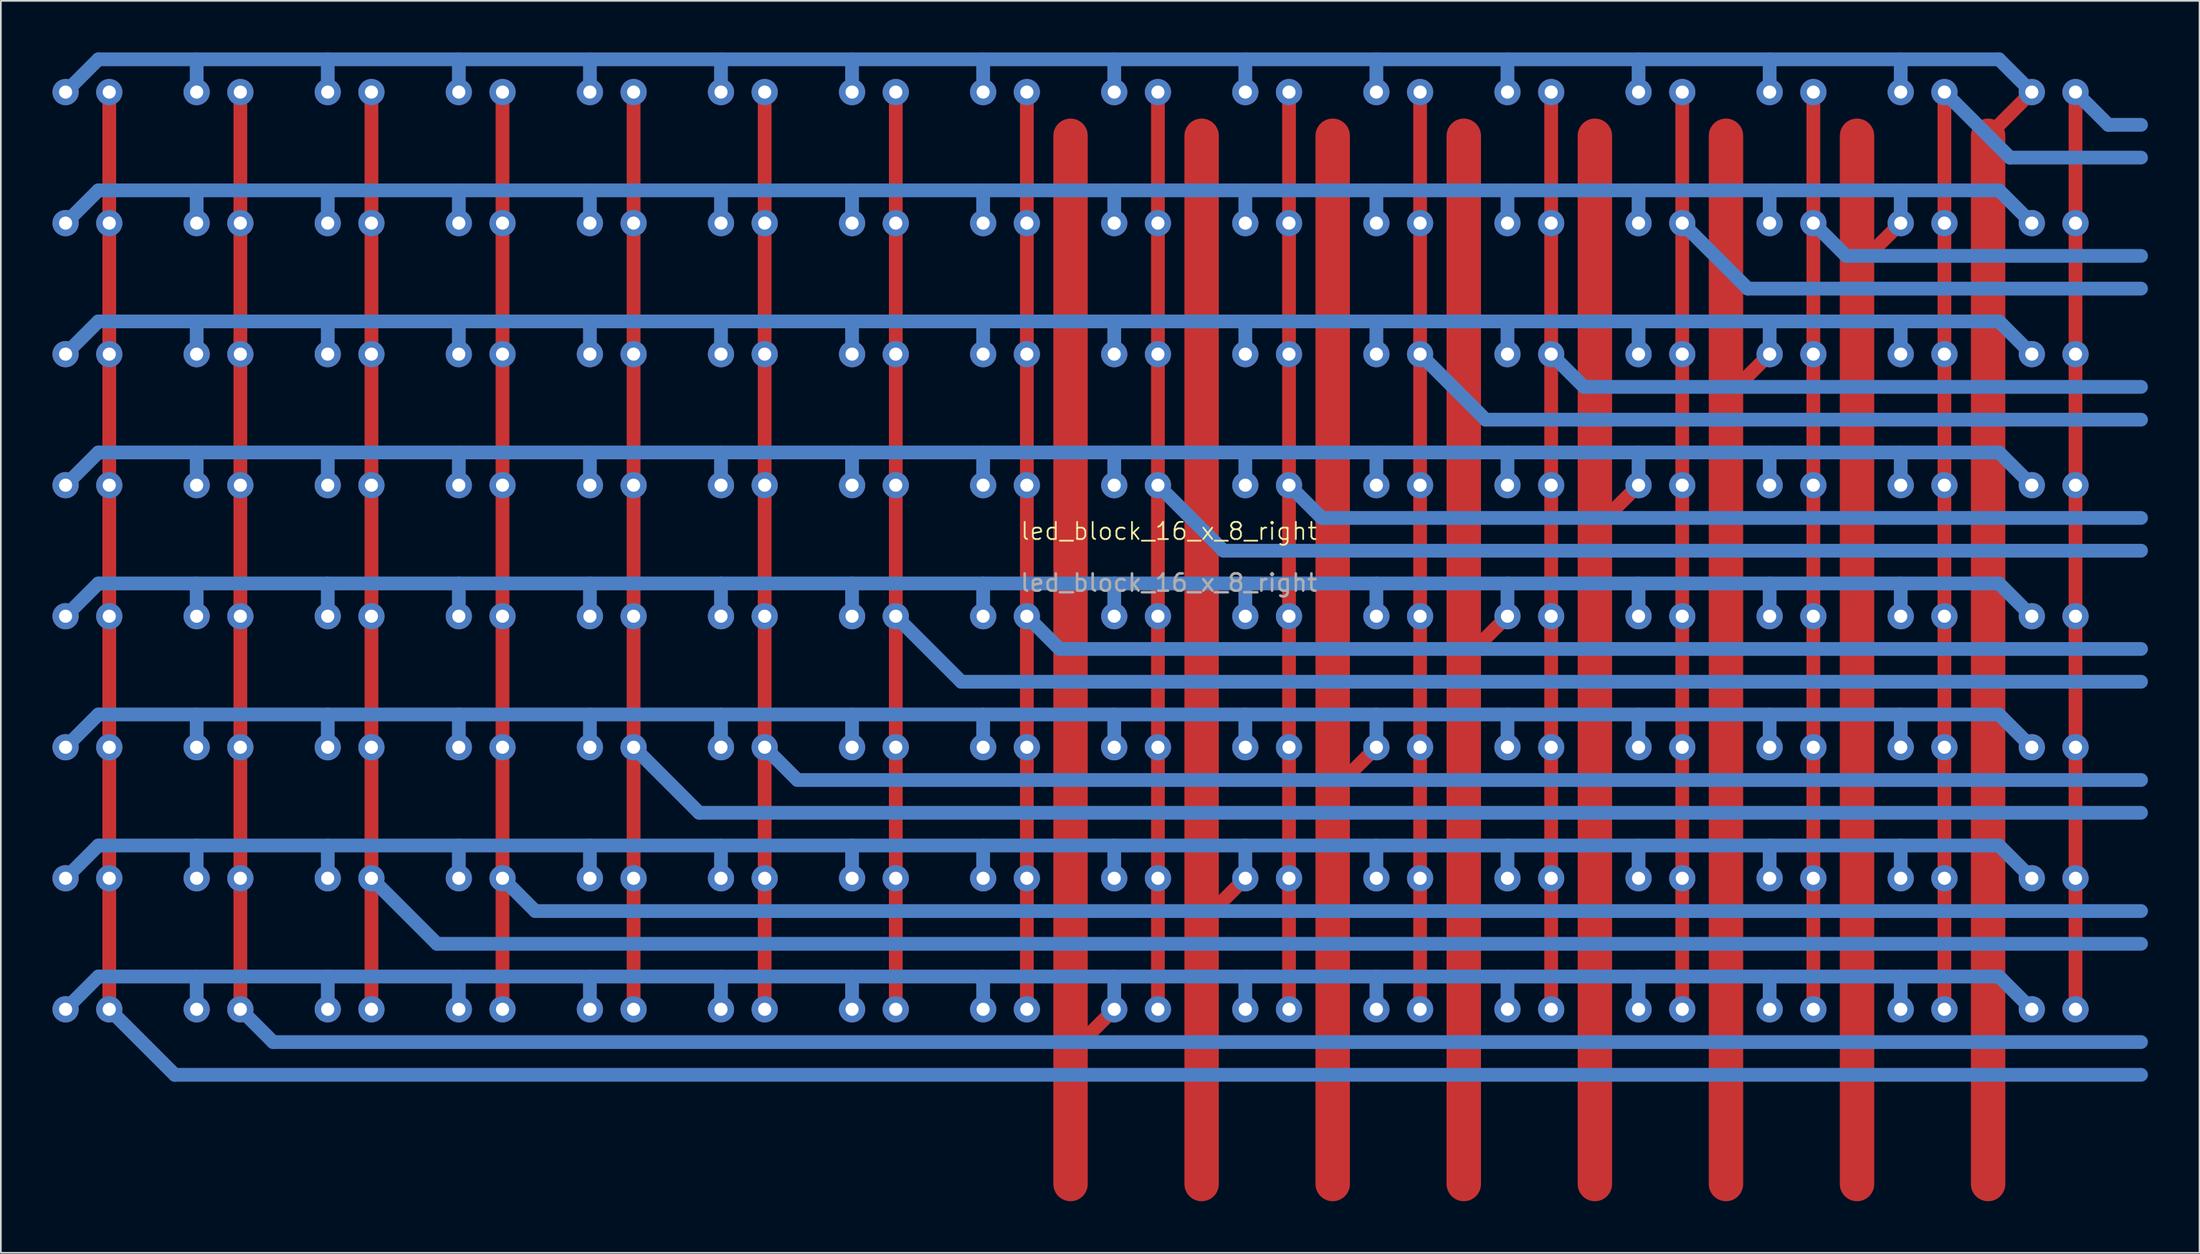
<source format=kicad_pcb>
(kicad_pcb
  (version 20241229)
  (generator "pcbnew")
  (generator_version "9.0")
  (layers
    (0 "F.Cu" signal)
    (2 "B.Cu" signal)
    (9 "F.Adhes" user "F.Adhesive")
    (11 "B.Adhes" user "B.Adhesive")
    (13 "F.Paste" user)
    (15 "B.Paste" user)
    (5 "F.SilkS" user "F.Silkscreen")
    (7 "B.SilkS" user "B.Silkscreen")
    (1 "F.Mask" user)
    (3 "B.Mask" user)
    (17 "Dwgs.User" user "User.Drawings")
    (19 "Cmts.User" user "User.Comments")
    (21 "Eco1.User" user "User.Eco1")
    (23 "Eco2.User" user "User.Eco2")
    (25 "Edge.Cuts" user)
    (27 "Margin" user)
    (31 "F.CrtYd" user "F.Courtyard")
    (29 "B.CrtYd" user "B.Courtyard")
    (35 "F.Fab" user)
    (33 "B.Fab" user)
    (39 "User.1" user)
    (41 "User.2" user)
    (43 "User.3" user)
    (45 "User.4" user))
  (footprint "led_block_16_x_8_right"
    (layer "F.Cu")
    (at 64.897 28.34)
    (property "Reference" "led_block_16_x_8_right" (at 0 -0.5 0) (unlocked yes) (layer "F.SilkS") (effects (font (size 1 1) (thickness 0.1))))
    (attr through_hole)
    (fp_line (start -61.595 -26.035) (end -61.595 27.305) (stroke (width 0.8) (type default)) (layer "F.Cu"))
    (fp_line (start -53.975 -26.035) (end -53.975 27.305) (stroke (width 0.8) (type default)) (layer "F.Cu"))
    (fp_line (start -46.355 -26.035) (end -46.355 27.305) (stroke (width 0.8) (type default)) (layer "F.Cu"))
    (fp_line (start -38.735 -26.035) (end -38.735 27.305) (stroke (width 0.8) (type default)) (layer "F.Cu"))
    (fp_line (start -31.115 -26.035) (end -31.115 27.305) (stroke (width 0.8) (type default)) (layer "F.Cu"))
    (fp_line (start -23.495 -26.035) (end -23.495 27.305) (stroke (width 0.8) (type default)) (layer "F.Cu"))
    (fp_line (start -15.875 -26.035) (end -15.875 27.305) (stroke (width 0.8) (type default)) (layer "F.Cu"))
    (fp_line (start -8.255 -26.035) (end -8.255 27.305) (stroke (width 0.8) (type default)) (layer "F.Cu"))
    (fp_line (start -5.715 -23.495) (end -5.715 37.465) (stroke (width 2) (type default)) (layer "F.Cu"))
    (fp_line (start -3.175 27.305) (end -5.715 29.845) (stroke (width 0.8) (type default)) (layer "F.Cu"))
    (fp_line (start -0.635 -26.035) (end -0.635 27.305) (stroke (width 0.8) (type default)) (layer "F.Cu"))
    (fp_line (start 1.905 -23.495) (end 1.905 37.465) (stroke (width 2) (type default)) (layer "F.Cu"))
    (fp_line (start 4.445 19.685) (end 1.905 22.225) (stroke (width 0.8) (type default)) (layer "F.Cu"))
    (fp_line (start 6.985 -26.035) (end 6.985 27.305) (stroke (width 0.8) (type default)) (layer "F.Cu"))
    (fp_line (start 9.525 -23.495) (end 9.525 37.465) (stroke (width 2) (type default)) (layer "F.Cu"))
    (fp_line (start 12.065 12.065) (end 9.525 14.605) (stroke (width 0.8) (type default)) (layer "F.Cu"))
    (fp_line (start 14.605 -26.035) (end 14.605 27.305) (stroke (width 0.8) (type default)) (layer "F.Cu"))
    (fp_line (start 17.145 -23.495) (end 17.145 37.465) (stroke (width 2) (type default)) (layer "F.Cu"))
    (fp_line (start 19.685 4.445) (end 17.145 6.985) (stroke (width 0.8) (type default)) (layer "F.Cu"))
    (fp_line (start 22.225 -26.035) (end 22.225 27.305) (stroke (width 0.8) (type default)) (layer "F.Cu"))
    (fp_line (start 24.765 -23.495) (end 24.765 37.465) (stroke (width 2) (type default)) (layer "F.Cu"))
    (fp_line (start 27.305 -3.175) (end 24.765 -0.635) (stroke (width 0.8) (type default)) (layer "F.Cu"))
    (fp_line (start 29.845 -26.035) (end 29.845 27.305) (stroke (width 0.8) (type default)) (layer "F.Cu"))
    (fp_line (start 32.385 -23.495) (end 32.385 37.465) (stroke (width 2) (type default)) (layer "F.Cu"))
    (fp_line (start 34.925 -10.795) (end 32.385 -8.255) (stroke (width 0.8) (type default)) (layer "F.Cu"))
    (fp_line (start 37.465 -26.035) (end 37.465 27.305) (stroke (width 0.8) (type default)) (layer "F.Cu"))
    (fp_line (start 40.005 -23.495) (end 40.005 37.465) (stroke (width 2) (type default)) (layer "F.Cu"))
    (fp_line (start 42.545 -18.415) (end 40.005 -15.875) (stroke (width 0.8) (type default)) (layer "F.Cu"))
    (fp_line (start 45.085 -26.035) (end 45.085 27.305) (stroke (width 0.8) (type default)) (layer "F.Cu"))
    (fp_line (start 47.625 -23.495) (end 47.625 37.465) (stroke (width 2) (type default)) (layer "F.Cu"))
    (fp_line (start 50.165 -26.035) (end 47.625 -23.495) (stroke (width 0.8) (type default)) (layer "F.Cu"))
    (fp_line (start 52.705 -26.035) (end 52.705 27.305) (stroke (width 0.8) (type default)) (layer "F.Cu"))
    (fp_line (start -62.23 -27.94) (end -64.135 -26.035) (stroke (width 0.8) (type default)) (layer "B.Cu"))
    (fp_line (start -62.23 -20.32) (end -64.135 -18.415) (stroke (width 0.8) (type default)) (layer "B.Cu"))
    (fp_line (start -62.23 -12.7) (end -64.135 -10.795) (stroke (width 0.8) (type default)) (layer "B.Cu"))
    (fp_line (start -62.23 -5.08) (end -64.135 -3.175) (stroke (width 0.8) (type default)) (layer "B.Cu"))
    (fp_line (start -62.23 2.54) (end -64.135 4.445) (stroke (width 0.8) (type default)) (layer "B.Cu"))
    (fp_line (start -62.23 10.16) (end -64.135 12.065) (stroke (width 0.8) (type default)) (layer "B.Cu"))
    (fp_line (start -62.23 17.78) (end -64.135 19.685) (stroke (width 0.8) (type default)) (layer "B.Cu"))
    (fp_line (start -62.23 25.4) (end -64.135 27.305) (stroke (width 0.8) (type default)) (layer "B.Cu"))
    (fp_line (start -61.595 27.305) (end -57.785 31.115) (stroke (width 0.8) (type default)) (layer "B.Cu"))
    (fp_line (start -57.785 31.115) (end 56.515 31.115) (stroke (width 0.8) (type default)) (layer "B.Cu"))
    (fp_line (start -56.515 -27.94) (end -56.515 -26.035) (stroke (width 0.8) (type default)) (layer "B.Cu"))
    (fp_line (start -56.515 -20.32) (end -56.515 -18.415) (stroke (width 0.8) (type default)) (layer "B.Cu"))
    (fp_line (start -56.515 -12.7) (end -56.515 -10.795) (stroke (width 0.8) (type default)) (layer "B.Cu"))
    (fp_line (start -56.515 -5.08) (end -56.515 -3.175) (stroke (width 0.8) (type default)) (layer "B.Cu"))
    (fp_line (start -56.515 2.54) (end -56.515 4.445) (stroke (width 0.8) (type default)) (layer "B.Cu"))
    (fp_line (start -56.515 10.16) (end -56.515 12.065) (stroke (width 0.8) (type default)) (layer "B.Cu"))
    (fp_line (start -56.515 17.78) (end -56.515 19.685) (stroke (width 0.8) (type default)) (layer "B.Cu"))
    (fp_line (start -56.515 25.4) (end -56.515 27.305) (stroke (width 0.8) (type default)) (layer "B.Cu"))
    (fp_line (start -53.975 27.305) (end -52.07 29.21) (stroke (width 0.8) (type default)) (layer "B.Cu"))
    (fp_line (start -48.895 -27.94) (end -48.895 -26.035) (stroke (width 0.8) (type default)) (layer "B.Cu"))
    (fp_line (start -48.895 -20.32) (end -48.895 -18.415) (stroke (width 0.8) (type default)) (layer "B.Cu"))
    (fp_line (start -48.895 -12.7) (end -48.895 -10.795) (stroke (width 0.8) (type default)) (layer "B.Cu"))
    (fp_line (start -48.895 -5.08) (end -48.895 -3.175) (stroke (width 0.8) (type default)) (layer "B.Cu"))
    (fp_line (start -48.895 2.54) (end -48.895 4.445) (stroke (width 0.8) (type default)) (layer "B.Cu"))
    (fp_line (start -48.895 10.16) (end -48.895 12.065) (stroke (width 0.8) (type default)) (layer "B.Cu"))
    (fp_line (start -48.895 17.78) (end -48.895 19.685) (stroke (width 0.8) (type default)) (layer "B.Cu"))
    (fp_line (start -48.895 25.4) (end -48.895 27.305) (stroke (width 0.8) (type default)) (layer "B.Cu"))
    (fp_line (start -46.355 19.685) (end -42.545 23.495) (stroke (width 0.8) (type default)) (layer "B.Cu"))
    (fp_line (start -42.545 23.495) (end 56.515 23.495) (stroke (width 0.8) (type default)) (layer "B.Cu"))
    (fp_line (start -41.275 -27.94) (end -41.275 -26.035) (stroke (width 0.8) (type default)) (layer "B.Cu"))
    (fp_line (start -41.275 -20.32) (end -41.275 -18.415) (stroke (width 0.8) (type default)) (layer "B.Cu"))
    (fp_line (start -41.275 -12.7) (end -41.275 -10.795) (stroke (width 0.8) (type default)) (layer "B.Cu"))
    (fp_line (start -41.275 -5.08) (end -41.275 -3.175) (stroke (width 0.8) (type default)) (layer "B.Cu"))
    (fp_line (start -41.275 2.54) (end -41.275 4.445) (stroke (width 0.8) (type default)) (layer "B.Cu"))
    (fp_line (start -41.275 10.16) (end -41.275 12.065) (stroke (width 0.8) (type default)) (layer "B.Cu"))
    (fp_line (start -41.275 17.78) (end -41.275 19.685) (stroke (width 0.8) (type default)) (layer "B.Cu"))
    (fp_line (start -41.275 25.4) (end -41.275 27.305) (stroke (width 0.8) (type default)) (layer "B.Cu"))
    (fp_line (start -36.83 21.59) (end -38.735 19.685) (stroke (width 0.8) (type default)) (layer "B.Cu"))
    (fp_line (start -33.655 -27.94) (end -33.655 -26.035) (stroke (width 0.8) (type default)) (layer "B.Cu"))
    (fp_line (start -33.655 -20.32) (end -33.655 -18.415) (stroke (width 0.8) (type default)) (layer "B.Cu"))
    (fp_line (start -33.655 -12.7) (end -33.655 -10.795) (stroke (width 0.8) (type default)) (layer "B.Cu"))
    (fp_line (start -33.655 -5.08) (end -33.655 -3.175) (stroke (width 0.8) (type default)) (layer "B.Cu"))
    (fp_line (start -33.655 2.54) (end -33.655 4.445) (stroke (width 0.8) (type default)) (layer "B.Cu"))
    (fp_line (start -33.655 10.16) (end -33.655 12.065) (stroke (width 0.8) (type default)) (layer "B.Cu"))
    (fp_line (start -33.655 17.78) (end -33.655 19.685) (stroke (width 0.8) (type default)) (layer "B.Cu"))
    (fp_line (start -33.655 25.4) (end -33.655 27.305) (stroke (width 0.8) (type default)) (layer "B.Cu"))
    (fp_line (start -31.115 12.065) (end -27.305 15.875) (stroke (width 0.8) (type default)) (layer "B.Cu"))
    (fp_line (start -27.305 15.875) (end 56.515 15.875) (stroke (width 0.8) (type default)) (layer "B.Cu"))
    (fp_line (start -26.035 -27.94) (end -26.035 -26.035) (stroke (width 0.8) (type default)) (layer "B.Cu"))
    (fp_line (start -26.035 -20.32) (end -26.035 -18.415) (stroke (width 0.8) (type default)) (layer "B.Cu"))
    (fp_line (start -26.035 -12.7) (end -26.035 -10.795) (stroke (width 0.8) (type default)) (layer "B.Cu"))
    (fp_line (start -26.035 -5.08) (end -26.035 -3.175) (stroke (width 0.8) (type default)) (layer "B.Cu"))
    (fp_line (start -26.035 2.54) (end -26.035 4.445) (stroke (width 0.8) (type default)) (layer "B.Cu"))
    (fp_line (start -26.035 10.16) (end -26.035 12.065) (stroke (width 0.8) (type default)) (layer "B.Cu"))
    (fp_line (start -26.035 17.78) (end -26.035 19.685) (stroke (width 0.8) (type default)) (layer "B.Cu"))
    (fp_line (start -26.035 25.4) (end -26.035 27.305) (stroke (width 0.8) (type default)) (layer "B.Cu"))
    (fp_line (start -21.59 13.97) (end -23.495 12.065) (stroke (width 0.8) (type default)) (layer "B.Cu"))
    (fp_line (start -18.415 -27.94) (end -18.415 -26.035) (stroke (width 0.8) (type default)) (layer "B.Cu"))
    (fp_line (start -18.415 -20.32) (end -18.415 -18.415) (stroke (width 0.8) (type default)) (layer "B.Cu"))
    (fp_line (start -18.415 -12.7) (end -18.415 -10.795) (stroke (width 0.8) (type default)) (layer "B.Cu"))
    (fp_line (start -18.415 -5.08) (end -18.415 -3.175) (stroke (width 0.8) (type default)) (layer "B.Cu"))
    (fp_line (start -18.415 2.54) (end -18.415 4.445) (stroke (width 0.8) (type default)) (layer "B.Cu"))
    (fp_line (start -18.415 10.16) (end -18.415 12.065) (stroke (width 0.8) (type default)) (layer "B.Cu"))
    (fp_line (start -18.415 17.78) (end -18.415 19.685) (stroke (width 0.8) (type default)) (layer "B.Cu"))
    (fp_line (start -18.415 25.4) (end -18.415 27.305) (stroke (width 0.8) (type default)) (layer "B.Cu"))
    (fp_line (start -15.875 4.445) (end -12.065 8.255) (stroke (width 0.8) (type default)) (layer "B.Cu"))
    (fp_line (start -12.065 8.255) (end 56.515 8.255) (stroke (width 0.8) (type default)) (layer "B.Cu"))
    (fp_line (start -10.795 -27.94) (end -10.795 -26.035) (stroke (width 0.8) (type default)) (layer "B.Cu"))
    (fp_line (start -10.795 -20.32) (end -10.795 -18.415) (stroke (width 0.8) (type default)) (layer "B.Cu"))
    (fp_line (start -10.795 -12.7) (end -10.795 -10.795) (stroke (width 0.8) (type default)) (layer "B.Cu"))
    (fp_line (start -10.795 -5.08) (end -10.795 -3.175) (stroke (width 0.8) (type default)) (layer "B.Cu"))
    (fp_line (start -10.795 2.54) (end -10.795 4.445) (stroke (width 0.8) (type default)) (layer "B.Cu"))
    (fp_line (start -10.795 10.16) (end -10.795 12.065) (stroke (width 0.8) (type default)) (layer "B.Cu"))
    (fp_line (start -10.795 17.78) (end -10.795 19.685) (stroke (width 0.8) (type default)) (layer "B.Cu"))
    (fp_line (start -10.795 25.4) (end -10.795 27.305) (stroke (width 0.8) (type default)) (layer "B.Cu"))
    (fp_line (start -6.35 6.35) (end -8.255 4.445) (stroke (width 0.8) (type default)) (layer "B.Cu"))
    (fp_line (start -3.175 -27.94) (end -3.175 -26.035) (stroke (width 0.8) (type default)) (layer "B.Cu"))
    (fp_line (start -3.175 -20.32) (end -3.175 -18.415) (stroke (width 0.8) (type default)) (layer "B.Cu"))
    (fp_line (start -3.175 -12.7) (end -3.175 -10.795) (stroke (width 0.8) (type default)) (layer "B.Cu"))
    (fp_line (start -3.175 -5.08) (end -3.175 -3.175) (stroke (width 0.8) (type default)) (layer "B.Cu"))
    (fp_line (start -3.175 2.54) (end -3.175 4.445) (stroke (width 0.8) (type default)) (layer "B.Cu"))
    (fp_line (start -3.175 10.16) (end -3.175 12.065) (stroke (width 0.8) (type default)) (layer "B.Cu"))
    (fp_line (start -3.175 17.78) (end -3.175 19.685) (stroke (width 0.8) (type default)) (layer "B.Cu"))
    (fp_line (start -3.175 25.4) (end -3.175 27.305) (stroke (width 0.8) (type default)) (layer "B.Cu"))
    (fp_line (start -0.635 -3.175) (end 3.175 0.635) (stroke (width 0.8) (type default)) (layer "B.Cu"))
    (fp_line (start 3.175 0.635) (end 56.515 0.635) (stroke (width 0.8) (type default)) (layer "B.Cu"))
    (fp_line (start 4.445 -27.94) (end 4.445 -26.035) (stroke (width 0.8) (type default)) (layer "B.Cu"))
    (fp_line (start 4.445 -20.32) (end 4.445 -18.415) (stroke (width 0.8) (type default)) (layer "B.Cu"))
    (fp_line (start 4.445 -12.7) (end 4.445 -10.795) (stroke (width 0.8) (type default)) (layer "B.Cu"))
    (fp_line (start 4.445 -5.08) (end 4.445 -3.175) (stroke (width 0.8) (type default)) (layer "B.Cu"))
    (fp_line (start 4.445 2.54) (end 4.445 4.445) (stroke (width 0.8) (type default)) (layer "B.Cu"))
    (fp_line (start 4.445 10.16) (end 4.445 12.065) (stroke (width 0.8) (type default)) (layer "B.Cu"))
    (fp_line (start 4.445 17.78) (end 4.445 19.685) (stroke (width 0.8) (type default)) (layer "B.Cu"))
    (fp_line (start 4.445 25.4) (end 4.445 27.305) (stroke (width 0.8) (type default)) (layer "B.Cu"))
    (fp_line (start 8.89 -1.27) (end 6.985 -3.175) (stroke (width 0.8) (type default)) (layer "B.Cu"))
    (fp_line (start 12.065 -27.94) (end 12.065 -26.035) (stroke (width 0.8) (type default)) (layer "B.Cu"))
    (fp_line (start 12.065 -20.32) (end 12.065 -18.415) (stroke (width 0.8) (type default)) (layer "B.Cu"))
    (fp_line (start 12.065 -12.7) (end 12.065 -10.795) (stroke (width 0.8) (type default)) (layer "B.Cu"))
    (fp_line (start 12.065 -5.08) (end 12.065 -3.175) (stroke (width 0.8) (type default)) (layer "B.Cu"))
    (fp_line (start 12.065 2.54) (end 12.065 4.445) (stroke (width 0.8) (type default)) (layer "B.Cu"))
    (fp_line (start 12.065 10.16) (end 12.065 12.065) (stroke (width 0.8) (type default)) (layer "B.Cu"))
    (fp_line (start 12.065 17.78) (end 12.065 19.685) (stroke (width 0.8) (type default)) (layer "B.Cu"))
    (fp_line (start 12.065 25.4) (end 12.065 27.305) (stroke (width 0.8) (type default)) (layer "B.Cu"))
    (fp_line (start 14.605 -10.795) (end 18.415 -6.985) (stroke (width 0.8) (type default)) (layer "B.Cu"))
    (fp_line (start 18.415 -6.985) (end 56.515 -6.985) (stroke (width 0.8) (type default)) (layer "B.Cu"))
    (fp_line (start 19.685 -27.94) (end 19.685 -26.035) (stroke (width 0.8) (type default)) (layer "B.Cu"))
    (fp_line (start 19.685 -20.32) (end 19.685 -18.415) (stroke (width 0.8) (type default)) (layer "B.Cu"))
    (fp_line (start 19.685 -12.7) (end 19.685 -10.795) (stroke (width 0.8) (type default)) (layer "B.Cu"))
    (fp_line (start 19.685 -5.08) (end 19.685 -3.175) (stroke (width 0.8) (type default)) (layer "B.Cu"))
    (fp_line (start 19.685 2.54) (end 19.685 4.445) (stroke (width 0.8) (type default)) (layer "B.Cu"))
    (fp_line (start 19.685 10.16) (end 19.685 12.065) (stroke (width 0.8) (type default)) (layer "B.Cu"))
    (fp_line (start 19.685 17.78) (end 19.685 19.685) (stroke (width 0.8) (type default)) (layer "B.Cu"))
    (fp_line (start 19.685 25.4) (end 19.685 27.305) (stroke (width 0.8) (type default)) (layer "B.Cu"))
    (fp_line (start 24.13 -8.89) (end 22.225 -10.795) (stroke (width 0.8) (type default)) (layer "B.Cu"))
    (fp_line (start 27.305 -27.94) (end 27.305 -26.035) (stroke (width 0.8) (type default)) (layer "B.Cu"))
    (fp_line (start 27.305 -20.32) (end 27.305 -18.415) (stroke (width 0.8) (type default)) (layer "B.Cu"))
    (fp_line (start 27.305 -12.7) (end 27.305 -10.795) (stroke (width 0.8) (type default)) (layer "B.Cu"))
    (fp_line (start 27.305 -5.08) (end 27.305 -3.175) (stroke (width 0.8) (type default)) (layer "B.Cu"))
    (fp_line (start 27.305 2.54) (end 27.305 4.445) (stroke (width 0.8) (type default)) (layer "B.Cu"))
    (fp_line (start 27.305 10.16) (end 27.305 12.065) (stroke (width 0.8) (type default)) (layer "B.Cu"))
    (fp_line (start 27.305 17.78) (end 27.305 19.685) (stroke (width 0.8) (type default)) (layer "B.Cu"))
    (fp_line (start 27.305 25.4) (end 27.305 27.305) (stroke (width 0.8) (type default)) (layer "B.Cu"))
    (fp_line (start 29.845 -18.415) (end 33.655 -14.605) (stroke (width 0.8) (type default)) (layer "B.Cu"))
    (fp_line (start 33.655 -14.605) (end 56.515 -14.605) (stroke (width 0.8) (type default)) (layer "B.Cu"))
    (fp_line (start 34.925 -27.94) (end 34.925 -26.035) (stroke (width 0.8) (type default)) (layer "B.Cu"))
    (fp_line (start 34.925 -20.32) (end 34.925 -18.415) (stroke (width 0.8) (type default)) (layer "B.Cu"))
    (fp_line (start 34.925 -12.7) (end 34.925 -10.795) (stroke (width 0.8) (type default)) (layer "B.Cu"))
    (fp_line (start 34.925 -5.08) (end 34.925 -3.175) (stroke (width 0.8) (type default)) (layer "B.Cu"))
    (fp_line (start 34.925 2.54) (end 34.925 4.445) (stroke (width 0.8) (type default)) (layer "B.Cu"))
    (fp_line (start 34.925 10.16) (end 34.925 12.065) (stroke (width 0.8) (type default)) (layer "B.Cu"))
    (fp_line (start 34.925 17.78) (end 34.925 19.685) (stroke (width 0.8) (type default)) (layer "B.Cu"))
    (fp_line (start 34.925 25.4) (end 34.925 27.305) (stroke (width 0.8) (type default)) (layer "B.Cu"))
    (fp_line (start 37.465 -18.415) (end 39.37 -16.51) (stroke (width 0.8) (type default)) (layer "B.Cu"))
    (fp_line (start 39.37 -16.51) (end 56.515 -16.51) (stroke (width 0.8) (type default)) (layer "B.Cu"))
    (fp_line (start 42.545 -27.94) (end 42.545 -26.035) (stroke (width 0.8) (type default)) (layer "B.Cu"))
    (fp_line (start 42.545 -20.32) (end 42.545 -18.415) (stroke (width 0.8) (type default)) (layer "B.Cu"))
    (fp_line (start 42.545 -12.7) (end 42.545 -10.795) (stroke (width 0.8) (type default)) (layer "B.Cu"))
    (fp_line (start 42.545 -5.08) (end 42.545 -3.175) (stroke (width 0.8) (type default)) (layer "B.Cu"))
    (fp_line (start 42.545 2.54) (end 42.545 4.445) (stroke (width 0.8) (type default)) (layer "B.Cu"))
    (fp_line (start 42.545 10.16) (end 42.545 12.065) (stroke (width 0.8) (type default)) (layer "B.Cu"))
    (fp_line (start 42.545 17.78) (end 42.545 19.685) (stroke (width 0.8) (type default)) (layer "B.Cu"))
    (fp_line (start 42.545 25.4) (end 42.545 27.305) (stroke (width 0.8) (type default)) (layer "B.Cu"))
    (fp_line (start 48.26 -27.94) (end -62.23 -27.94) (stroke (width 0.8) (type default)) (layer "B.Cu"))
    (fp_line (start 48.26 -20.32) (end -62.23 -20.32) (stroke (width 0.8) (type default)) (layer "B.Cu"))
    (fp_line (start 48.26 -12.7) (end -62.23 -12.7) (stroke (width 0.8) (type default)) (layer "B.Cu"))
    (fp_line (start 48.26 -5.08) (end -62.23 -5.08) (stroke (width 0.8) (type default)) (layer "B.Cu"))
    (fp_line (start 48.26 2.54) (end -62.23 2.54) (stroke (width 0.8) (type default)) (layer "B.Cu"))
    (fp_line (start 48.26 10.16) (end -62.23 10.16) (stroke (width 0.8) (type default)) (layer "B.Cu"))
    (fp_line (start 48.26 17.78) (end -62.23 17.78) (stroke (width 0.8) (type default)) (layer "B.Cu"))
    (fp_line (start 48.26 25.4) (end -62.23 25.4) (stroke (width 0.8) (type default)) (layer "B.Cu"))
    (fp_line (start 48.895 -22.225) (end 45.085 -26.035) (stroke (width 0.8) (type default)) (layer "B.Cu"))
    (fp_line (start 50.165 -26.035) (end 48.26 -27.94) (stroke (width 0.8) (type default)) (layer "B.Cu"))
    (fp_line (start 50.165 -18.415) (end 48.26 -20.32) (stroke (width 0.8) (type default)) (layer "B.Cu"))
    (fp_line (start 50.165 -10.795) (end 48.26 -12.7) (stroke (width 0.8) (type default)) (layer "B.Cu"))
    (fp_line (start 50.165 -3.175) (end 48.26 -5.08) (stroke (width 0.8) (type default)) (layer "B.Cu"))
    (fp_line (start 50.165 4.445) (end 48.26 2.54) (stroke (width 0.8) (type default)) (layer "B.Cu"))
    (fp_line (start 50.165 12.065) (end 48.26 10.16) (stroke (width 0.8) (type default)) (layer "B.Cu"))
    (fp_line (start 50.165 19.685) (end 48.26 17.78) (stroke (width 0.8) (type default)) (layer "B.Cu"))
    (fp_line (start 50.165 27.305) (end 48.26 25.4) (stroke (width 0.8) (type default)) (layer "B.Cu"))
    (fp_line (start 52.705 -26.035) (end 54.61 -24.13) (stroke (width 0.8) (type default)) (layer "B.Cu"))
    (fp_line (start 54.61 -24.13) (end 56.515 -24.13) (stroke (width 0.8) (type default)) (layer "B.Cu"))
    (fp_line (start 56.515 -22.225) (end 48.895 -22.225) (stroke (width 0.8) (type default)) (layer "B.Cu"))
    (fp_line (start 56.515 -8.89) (end 24.13 -8.89) (stroke (width 0.8) (type default)) (layer "B.Cu"))
    (fp_line (start 56.515 -1.27) (end 8.89 -1.27) (stroke (width 0.8) (type default)) (layer "B.Cu"))
    (fp_line (start 56.515 6.35) (end -6.35 6.35) (stroke (width 0.8) (type default)) (layer "B.Cu"))
    (fp_line (start 56.515 13.97) (end -21.59 13.97) (stroke (width 0.8) (type default)) (layer "B.Cu"))
    (fp_line (start 56.515 21.59) (end -36.83 21.59) (stroke (width 0.8) (type default)) (layer "B.Cu"))
    (fp_line (start 56.515 29.21) (end -52.07 29.21) (stroke (width 0.8) (type default)) (layer "B.Cu"))
    (fp_text user "${REFERENCE}" (at 0 2.5 0) (unlocked yes) (layer "F.Fab") (effects (font (size 1 1) (thickness 0.15))))
    (pad "1" thru_hole circle (at 52.705 -26.035) (size 1.524 1.524) (drill 0.762) (layers "*.Cu" "*.Mask"))
    (pad "1" thru_hole circle (at 52.705 -18.415) (size 1.524 1.524) (drill 0.762) (layers "*.Cu" "*.Mask"))
    (pad "1" thru_hole circle (at 52.705 -10.795) (size 1.524 1.524) (drill 0.762) (layers "*.Cu" "*.Mask"))
    (pad "1" thru_hole circle (at 52.705 -3.175) (size 1.524 1.524) (drill 0.762) (layers "*.Cu" "*.Mask"))
    (pad "1" thru_hole circle (at 52.705 4.445) (size 1.524 1.524) (drill 0.762) (layers "*.Cu" "*.Mask"))
    (pad "1" thru_hole circle (at 52.705 12.065) (size 1.524 1.524) (drill 0.762) (layers "*.Cu" "*.Mask"))
    (pad "1" thru_hole circle (at 52.705 19.685) (size 1.524 1.524) (drill 0.762) (layers "*.Cu" "*.Mask"))
    (pad "1" thru_hole circle (at 52.705 27.305) (size 1.524 1.524) (drill 0.762) (layers "*.Cu" "*.Mask"))
    (pad "2" thru_hole circle (at 45.085 -26.035) (size 1.524 1.524) (drill 0.762) (layers "*.Cu" "*.Mask"))
    (pad "2" thru_hole circle (at 45.085 -18.415) (size 1.524 1.524) (drill 0.762) (layers "*.Cu" "*.Mask"))
    (pad "2" thru_hole circle (at 45.085 -10.795) (size 1.524 1.524) (drill 0.762) (layers "*.Cu" "*.Mask"))
    (pad "2" thru_hole circle (at 45.085 -3.175) (size 1.524 1.524) (drill 0.762) (layers "*.Cu" "*.Mask"))
    (pad "2" thru_hole circle (at 45.085 4.445) (size 1.524 1.524) (drill 0.762) (layers "*.Cu" "*.Mask"))
    (pad "2" thru_hole circle (at 45.085 12.065) (size 1.524 1.524) (drill 0.762) (layers "*.Cu" "*.Mask"))
    (pad "2" thru_hole circle (at 45.085 19.685) (size 1.524 1.524) (drill 0.762) (layers "*.Cu" "*.Mask"))
    (pad "2" thru_hole circle (at 45.085 27.305) (size 1.524 1.524) (drill 0.762) (layers "*.Cu" "*.Mask"))
    (pad "3" thru_hole circle (at 37.465 -26.035) (size 1.524 1.524) (drill 0.762) (layers "*.Cu" "*.Mask"))
    (pad "3" thru_hole circle (at 37.465 -18.415) (size 1.524 1.524) (drill 0.762) (layers "*.Cu" "*.Mask"))
    (pad "3" thru_hole circle (at 37.465 -10.795) (size 1.524 1.524) (drill 0.762) (layers "*.Cu" "*.Mask"))
    (pad "3" thru_hole circle (at 37.465 -3.175) (size 1.524 1.524) (drill 0.762) (layers "*.Cu" "*.Mask"))
    (pad "3" thru_hole circle (at 37.465 4.445) (size 1.524 1.524) (drill 0.762) (layers "*.Cu" "*.Mask"))
    (pad "3" thru_hole circle (at 37.465 12.065) (size 1.524 1.524) (drill 0.762) (layers "*.Cu" "*.Mask"))
    (pad "3" thru_hole circle (at 37.465 19.685) (size 1.524 1.524) (drill 0.762) (layers "*.Cu" "*.Mask"))
    (pad "3" thru_hole circle (at 37.465 27.305) (size 1.524 1.524) (drill 0.762) (layers "*.Cu" "*.Mask"))
    (pad "4" thru_hole circle (at 29.845 -26.035) (size 1.524 1.524) (drill 0.762) (layers "*.Cu" "*.Mask"))
    (pad "4" thru_hole circle (at 29.845 -18.415) (size 1.524 1.524) (drill 0.762) (layers "*.Cu" "*.Mask"))
    (pad "4" thru_hole circle (at 29.845 -10.795) (size 1.524 1.524) (drill 0.762) (layers "*.Cu" "*.Mask"))
    (pad "4" thru_hole circle (at 29.845 -3.175) (size 1.524 1.524) (drill 0.762) (layers "*.Cu" "*.Mask"))
    (pad "4" thru_hole circle (at 29.845 4.445) (size 1.524 1.524) (drill 0.762) (layers "*.Cu" "*.Mask"))
    (pad "4" thru_hole circle (at 29.845 12.065) (size 1.524 1.524) (drill 0.762) (layers "*.Cu" "*.Mask"))
    (pad "4" thru_hole circle (at 29.845 19.685) (size 1.524 1.524) (drill 0.762) (layers "*.Cu" "*.Mask"))
    (pad "4" thru_hole circle (at 29.845 27.305) (size 1.524 1.524) (drill 0.762) (layers "*.Cu" "*.Mask"))
    (pad "5" thru_hole circle (at 22.225 -26.035) (size 1.524 1.524) (drill 0.762) (layers "*.Cu" "*.Mask"))
    (pad "5" thru_hole circle (at 22.225 -18.415) (size 1.524 1.524) (drill 0.762) (layers "*.Cu" "*.Mask"))
    (pad "5" thru_hole circle (at 22.225 -10.795) (size 1.524 1.524) (drill 0.762) (layers "*.Cu" "*.Mask"))
    (pad "5" thru_hole circle (at 22.225 -3.175) (size 1.524 1.524) (drill 0.762) (layers "*.Cu" "*.Mask"))
    (pad "5" thru_hole circle (at 22.225 4.445) (size 1.524 1.524) (drill 0.762) (layers "*.Cu" "*.Mask"))
    (pad "5" thru_hole circle (at 22.225 12.065) (size 1.524 1.524) (drill 0.762) (layers "*.Cu" "*.Mask"))
    (pad "5" thru_hole circle (at 22.225 19.685) (size 1.524 1.524) (drill 0.762) (layers "*.Cu" "*.Mask"))
    (pad "5" thru_hole circle (at 22.225 27.305) (size 1.524 1.524) (drill 0.762) (layers "*.Cu" "*.Mask"))
    (pad "6" thru_hole circle (at 14.605 -26.035) (size 1.524 1.524) (drill 0.762) (layers "*.Cu" "*.Mask"))
    (pad "6" thru_hole circle (at 14.605 -18.415) (size 1.524 1.524) (drill 0.762) (layers "*.Cu" "*.Mask"))
    (pad "6" thru_hole circle (at 14.605 -10.795) (size 1.524 1.524) (drill 0.762) (layers "*.Cu" "*.Mask"))
    (pad "6" thru_hole circle (at 14.605 -3.175) (size 1.524 1.524) (drill 0.762) (layers "*.Cu" "*.Mask"))
    (pad "6" thru_hole circle (at 14.605 4.445) (size 1.524 1.524) (drill 0.762) (layers "*.Cu" "*.Mask"))
    (pad "6" thru_hole circle (at 14.605 12.065) (size 1.524 1.524) (drill 0.762) (layers "*.Cu" "*.Mask"))
    (pad "6" thru_hole circle (at 14.605 19.685) (size 1.524 1.524) (drill 0.762) (layers "*.Cu" "*.Mask"))
    (pad "6" thru_hole circle (at 14.605 27.305) (size 1.524 1.524) (drill 0.762) (layers "*.Cu" "*.Mask"))
    (pad "7" thru_hole circle (at 6.985 -26.035) (size 1.524 1.524) (drill 0.762) (layers "*.Cu" "*.Mask"))
    (pad "7" thru_hole circle (at 6.985 -18.415) (size 1.524 1.524) (drill 0.762) (layers "*.Cu" "*.Mask"))
    (pad "7" thru_hole circle (at 6.985 -10.795) (size 1.524 1.524) (drill 0.762) (layers "*.Cu" "*.Mask"))
    (pad "7" thru_hole circle (at 6.985 -3.175) (size 1.524 1.524) (drill 0.762) (layers "*.Cu" "*.Mask"))
    (pad "7" thru_hole circle (at 6.985 4.445) (size 1.524 1.524) (drill 0.762) (layers "*.Cu" "*.Mask"))
    (pad "7" thru_hole circle (at 6.985 12.065) (size 1.524 1.524) (drill 0.762) (layers "*.Cu" "*.Mask"))
    (pad "7" thru_hole circle (at 6.985 19.685) (size 1.524 1.524) (drill 0.762) (layers "*.Cu" "*.Mask"))
    (pad "7" thru_hole circle (at 6.985 27.305) (size 1.524 1.524) (drill 0.762) (layers "*.Cu" "*.Mask"))
    (pad "8" thru_hole circle (at -0.635 -26.035) (size 1.524 1.524) (drill 0.762) (layers "*.Cu" "*.Mask"))
    (pad "8" thru_hole circle (at -0.635 -18.415) (size 1.524 1.524) (drill 0.762) (layers "*.Cu" "*.Mask"))
    (pad "8" thru_hole circle (at -0.635 -10.795) (size 1.524 1.524) (drill 0.762) (layers "*.Cu" "*.Mask"))
    (pad "8" thru_hole circle (at -0.635 -3.175) (size 1.524 1.524) (drill 0.762) (layers "*.Cu" "*.Mask"))
    (pad "8" thru_hole circle (at -0.635 4.445) (size 1.524 1.524) (drill 0.762) (layers "*.Cu" "*.Mask"))
    (pad "8" thru_hole circle (at -0.635 12.065) (size 1.524 1.524) (drill 0.762) (layers "*.Cu" "*.Mask"))
    (pad "8" thru_hole circle (at -0.635 19.685) (size 1.524 1.524) (drill 0.762) (layers "*.Cu" "*.Mask"))
    (pad "8" thru_hole circle (at -0.635 27.305) (size 1.524 1.524) (drill 0.762) (layers "*.Cu" "*.Mask"))
    (pad "9" thru_hole circle (at -8.255 -26.035) (size 1.524 1.524) (drill 0.762) (layers "*.Cu" "*.Mask"))
    (pad "9" thru_hole circle (at -8.255 -18.415) (size 1.524 1.524) (drill 0.762) (layers "*.Cu" "*.Mask"))
    (pad "9" thru_hole circle (at -8.255 -10.795) (size 1.524 1.524) (drill 0.762) (layers "*.Cu" "*.Mask"))
    (pad "9" thru_hole circle (at -8.255 -3.175) (size 1.524 1.524) (drill 0.762) (layers "*.Cu" "*.Mask"))
    (pad "9" thru_hole circle (at -8.255 4.445) (size 1.524 1.524) (drill 0.762) (layers "*.Cu" "*.Mask"))
    (pad "9" thru_hole circle (at -8.255 12.065) (size 1.524 1.524) (drill 0.762) (layers "*.Cu" "*.Mask"))
    (pad "9" thru_hole circle (at -8.255 19.685) (size 1.524 1.524) (drill 0.762) (layers "*.Cu" "*.Mask"))
    (pad "9" thru_hole circle (at -8.255 27.305) (size 1.524 1.524) (drill 0.762) (layers "*.Cu" "*.Mask"))
    (pad "10" thru_hole circle (at -15.875 -26.035) (size 1.524 1.524) (drill 0.762) (layers "*.Cu" "*.Mask"))
    (pad "10" thru_hole circle (at -15.875 -18.415) (size 1.524 1.524) (drill 0.762) (layers "*.Cu" "*.Mask"))
    (pad "10" thru_hole circle (at -15.875 -10.795) (size 1.524 1.524) (drill 0.762) (layers "*.Cu" "*.Mask"))
    (pad "10" thru_hole circle (at -15.875 -3.175) (size 1.524 1.524) (drill 0.762) (layers "*.Cu" "*.Mask"))
    (pad "10" thru_hole circle (at -15.875 4.445) (size 1.524 1.524) (drill 0.762) (layers "*.Cu" "*.Mask"))
    (pad "10" thru_hole circle (at -15.875 12.065) (size 1.524 1.524) (drill 0.762) (layers "*.Cu" "*.Mask"))
    (pad "10" thru_hole circle (at -15.875 19.685) (size 1.524 1.524) (drill 0.762) (layers "*.Cu" "*.Mask"))
    (pad "10" thru_hole circle (at -15.875 27.305) (size 1.524 1.524) (drill 0.762) (layers "*.Cu" "*.Mask"))
    (pad "11" thru_hole circle (at -23.495 -26.035) (size 1.524 1.524) (drill 0.762) (layers "*.Cu" "*.Mask"))
    (pad "11" thru_hole circle (at -23.495 -18.415) (size 1.524 1.524) (drill 0.762) (layers "*.Cu" "*.Mask"))
    (pad "11" thru_hole circle (at -23.495 -10.795) (size 1.524 1.524) (drill 0.762) (layers "*.Cu" "*.Mask"))
    (pad "11" thru_hole circle (at -23.495 -3.175) (size 1.524 1.524) (drill 0.762) (layers "*.Cu" "*.Mask"))
    (pad "11" thru_hole circle (at -23.495 4.445) (size 1.524 1.524) (drill 0.762) (layers "*.Cu" "*.Mask"))
    (pad "11" thru_hole circle (at -23.495 12.065) (size 1.524 1.524) (drill 0.762) (layers "*.Cu" "*.Mask"))
    (pad "11" thru_hole circle (at -23.495 19.685) (size 1.524 1.524) (drill 0.762) (layers "*.Cu" "*.Mask"))
    (pad "11" thru_hole circle (at -23.495 27.305) (size 1.524 1.524) (drill 0.762) (layers "*.Cu" "*.Mask"))
    (pad "12" thru_hole circle (at -31.115 -26.035) (size 1.524 1.524) (drill 0.762) (layers "*.Cu" "*.Mask"))
    (pad "12" thru_hole circle (at -31.115 -18.415) (size 1.524 1.524) (drill 0.762) (layers "*.Cu" "*.Mask"))
    (pad "12" thru_hole circle (at -31.115 -10.795) (size 1.524 1.524) (drill 0.762) (layers "*.Cu" "*.Mask"))
    (pad "12" thru_hole circle (at -31.115 -3.175) (size 1.524 1.524) (drill 0.762) (layers "*.Cu" "*.Mask"))
    (pad "12" thru_hole circle (at -31.115 4.445) (size 1.524 1.524) (drill 0.762) (layers "*.Cu" "*.Mask"))
    (pad "12" thru_hole circle (at -31.115 12.065) (size 1.524 1.524) (drill 0.762) (layers "*.Cu" "*.Mask"))
    (pad "12" thru_hole circle (at -31.115 19.685) (size 1.524 1.524) (drill 0.762) (layers "*.Cu" "*.Mask"))
    (pad "12" thru_hole circle (at -31.115 27.305) (size 1.524 1.524) (drill 0.762) (layers "*.Cu" "*.Mask"))
    (pad "13" thru_hole circle (at -38.735 -26.035) (size 1.524 1.524) (drill 0.762) (layers "*.Cu" "*.Mask"))
    (pad "13" thru_hole circle (at -38.735 -18.415) (size 1.524 1.524) (drill 0.762) (layers "*.Cu" "*.Mask"))
    (pad "13" thru_hole circle (at -38.735 -10.795) (size 1.524 1.524) (drill 0.762) (layers "*.Cu" "*.Mask"))
    (pad "13" thru_hole circle (at -38.735 -3.175) (size 1.524 1.524) (drill 0.762) (layers "*.Cu" "*.Mask"))
    (pad "13" thru_hole circle (at -38.735 4.445) (size 1.524 1.524) (drill 0.762) (layers "*.Cu" "*.Mask"))
    (pad "13" thru_hole circle (at -38.735 12.065) (size 1.524 1.524) (drill 0.762) (layers "*.Cu" "*.Mask"))
    (pad "13" thru_hole circle (at -38.735 19.685) (size 1.524 1.524) (drill 0.762) (layers "*.Cu" "*.Mask"))
    (pad "13" thru_hole circle (at -38.735 27.305) (size 1.524 1.524) (drill 0.762) (layers "*.Cu" "*.Mask"))
    (pad "14" thru_hole circle (at -46.355 -26.035) (size 1.524 1.524) (drill 0.762) (layers "*.Cu" "*.Mask"))
    (pad "14" thru_hole circle (at -46.355 -18.415) (size 1.524 1.524) (drill 0.762) (layers "*.Cu" "*.Mask"))
    (pad "14" thru_hole circle (at -46.355 -10.795) (size 1.524 1.524) (drill 0.762) (layers "*.Cu" "*.Mask"))
    (pad "14" thru_hole circle (at -46.355 -3.175) (size 1.524 1.524) (drill 0.762) (layers "*.Cu" "*.Mask"))
    (pad "14" thru_hole circle (at -46.355 4.445) (size 1.524 1.524) (drill 0.762) (layers "*.Cu" "*.Mask"))
    (pad "14" thru_hole circle (at -46.355 12.065) (size 1.524 1.524) (drill 0.762) (layers "*.Cu" "*.Mask"))
    (pad "14" thru_hole circle (at -46.355 19.685) (size 1.524 1.524) (drill 0.762) (layers "*.Cu" "*.Mask"))
    (pad "14" thru_hole circle (at -46.355 27.305) (size 1.524 1.524) (drill 0.762) (layers "*.Cu" "*.Mask"))
    (pad "15" thru_hole circle (at -53.975 -26.035) (size 1.524 1.524) (drill 0.762) (layers "*.Cu" "*.Mask"))
    (pad "15" thru_hole circle (at -53.975 -18.415) (size 1.524 1.524) (drill 0.762) (layers "*.Cu" "*.Mask"))
    (pad "15" thru_hole circle (at -53.975 -10.795) (size 1.524 1.524) (drill 0.762) (layers "*.Cu" "*.Mask"))
    (pad "15" thru_hole circle (at -53.975 -3.175) (size 1.524 1.524) (drill 0.762) (layers "*.Cu" "*.Mask"))
    (pad "15" thru_hole circle (at -53.975 4.445) (size 1.524 1.524) (drill 0.762) (layers "*.Cu" "*.Mask"))
    (pad "15" thru_hole circle (at -53.975 12.065) (size 1.524 1.524) (drill 0.762) (layers "*.Cu" "*.Mask"))
    (pad "15" thru_hole circle (at -53.975 19.685) (size 1.524 1.524) (drill 0.762) (layers "*.Cu" "*.Mask"))
    (pad "15" thru_hole circle (at -53.975 27.305) (size 1.524 1.524) (drill 0.762) (layers "*.Cu" "*.Mask"))
    (pad "16" thru_hole circle (at -61.595 -26.035) (size 1.524 1.524) (drill 0.762) (layers "*.Cu" "*.Mask"))
    (pad "16" thru_hole circle (at -61.595 -18.415) (size 1.524 1.524) (drill 0.762) (layers "*.Cu" "*.Mask"))
    (pad "16" thru_hole circle (at -61.595 -10.795) (size 1.524 1.524) (drill 0.762) (layers "*.Cu" "*.Mask"))
    (pad "16" thru_hole circle (at -61.595 -3.175) (size 1.524 1.524) (drill 0.762) (layers "*.Cu" "*.Mask"))
    (pad "16" thru_hole circle (at -61.595 4.445) (size 1.524 1.524) (drill 0.762) (layers "*.Cu" "*.Mask"))
    (pad "16" thru_hole circle (at -61.595 12.065) (size 1.524 1.524) (drill 0.762) (layers "*.Cu" "*.Mask"))
    (pad "16" thru_hole circle (at -61.595 19.685) (size 1.524 1.524) (drill 0.762) (layers "*.Cu" "*.Mask"))
    (pad "16" thru_hole circle (at -61.595 27.305) (size 1.524 1.524) (drill 0.762) (layers "*.Cu" "*.Mask"))
    (pad "17" thru_hole circle (at -64.135 -26.035) (size 1.524 1.524) (drill 0.762) (layers "*.Cu" "*.Mask"))
    (pad "17" thru_hole circle (at -56.515 -26.035) (size 1.524 1.524) (drill 0.762) (layers "*.Cu" "*.Mask"))
    (pad "17" thru_hole circle (at -48.895 -26.035) (size 1.524 1.524) (drill 0.762) (layers "*.Cu" "*.Mask"))
    (pad "17" thru_hole circle (at -41.275 -26.035) (size 1.524 1.524) (drill 0.762) (layers "*.Cu" "*.Mask"))
    (pad "17" thru_hole circle (at -33.655 -26.035) (size 1.524 1.524) (drill 0.762) (layers "*.Cu" "*.Mask"))
    (pad "17" thru_hole circle (at -26.035 -26.035) (size 1.524 1.524) (drill 0.762) (layers "*.Cu" "*.Mask"))
    (pad "17" thru_hole circle (at -18.415 -26.035) (size 1.524 1.524) (drill 0.762) (layers "*.Cu" "*.Mask"))
    (pad "17" thru_hole circle (at -10.795 -26.035) (size 1.524 1.524) (drill 0.762) (layers "*.Cu" "*.Mask"))
    (pad "17" thru_hole circle (at -3.175 -26.035) (size 1.524 1.524) (drill 0.762) (layers "*.Cu" "*.Mask"))
    (pad "17" thru_hole circle (at 4.445 -26.035) (size 1.524 1.524) (drill 0.762) (layers "*.Cu" "*.Mask"))
    (pad "17" thru_hole circle (at 12.065 -26.035) (size 1.524 1.524) (drill 0.762) (layers "*.Cu" "*.Mask"))
    (pad "17" thru_hole circle (at 19.685 -26.035) (size 1.524 1.524) (drill 0.762) (layers "*.Cu" "*.Mask"))
    (pad "17" thru_hole circle (at 27.305 -26.035) (size 1.524 1.524) (drill 0.762) (layers "*.Cu" "*.Mask"))
    (pad "17" thru_hole circle (at 34.925 -26.035) (size 1.524 1.524) (drill 0.762) (layers "*.Cu" "*.Mask"))
    (pad "17" thru_hole circle (at 42.545 -26.035) (size 1.524 1.524) (drill 0.762) (layers "*.Cu" "*.Mask"))
    (pad "17" thru_hole circle (at 50.165 -26.035) (size 1.524 1.524) (drill 0.762) (layers "*.Cu" "*.Mask"))
    (pad "18" thru_hole circle (at -64.135 -18.415) (size 1.524 1.524) (drill 0.762) (layers "*.Cu" "*.Mask"))
    (pad "18" thru_hole circle (at -56.515 -18.415) (size 1.524 1.524) (drill 0.762) (layers "*.Cu" "*.Mask"))
    (pad "18" thru_hole circle (at -48.895 -18.415) (size 1.524 1.524) (drill 0.762) (layers "*.Cu" "*.Mask"))
    (pad "18" thru_hole circle (at -41.275 -18.415) (size 1.524 1.524) (drill 0.762) (layers "*.Cu" "*.Mask"))
    (pad "18" thru_hole circle (at -33.655 -18.415) (size 1.524 1.524) (drill 0.762) (layers "*.Cu" "*.Mask"))
    (pad "18" thru_hole circle (at -26.035 -18.415) (size 1.524 1.524) (drill 0.762) (layers "*.Cu" "*.Mask"))
    (pad "18" thru_hole circle (at -18.415 -18.415) (size 1.524 1.524) (drill 0.762) (layers "*.Cu" "*.Mask"))
    (pad "18" thru_hole circle (at -10.795 -18.415) (size 1.524 1.524) (drill 0.762) (layers "*.Cu" "*.Mask"))
    (pad "18" thru_hole circle (at -3.175 -18.415) (size 1.524 1.524) (drill 0.762) (layers "*.Cu" "*.Mask"))
    (pad "18" thru_hole circle (at 4.445 -18.415) (size 1.524 1.524) (drill 0.762) (layers "*.Cu" "*.Mask"))
    (pad "18" thru_hole circle (at 12.065 -18.415) (size 1.524 1.524) (drill 0.762) (layers "*.Cu" "*.Mask"))
    (pad "18" thru_hole circle (at 19.685 -18.415) (size 1.524 1.524) (drill 0.762) (layers "*.Cu" "*.Mask"))
    (pad "18" thru_hole circle (at 27.305 -18.415) (size 1.524 1.524) (drill 0.762) (layers "*.Cu" "*.Mask"))
    (pad "18" thru_hole circle (at 34.925 -18.415) (size 1.524 1.524) (drill 0.762) (layers "*.Cu" "*.Mask"))
    (pad "18" thru_hole circle (at 42.545 -18.415) (size 1.524 1.524) (drill 0.762) (layers "*.Cu" "*.Mask"))
    (pad "18" thru_hole circle (at 50.165 -18.415) (size 1.524 1.524) (drill 0.762) (layers "*.Cu" "*.Mask"))
    (pad "19" thru_hole circle (at -64.135 -10.795) (size 1.524 1.524) (drill 0.762) (layers "*.Cu" "*.Mask"))
    (pad "19" thru_hole circle (at -56.515 -10.795) (size 1.524 1.524) (drill 0.762) (layers "*.Cu" "*.Mask"))
    (pad "19" thru_hole circle (at -48.895 -10.795) (size 1.524 1.524) (drill 0.762) (layers "*.Cu" "*.Mask"))
    (pad "19" thru_hole circle (at -41.275 -10.795) (size 1.524 1.524) (drill 0.762) (layers "*.Cu" "*.Mask"))
    (pad "19" thru_hole circle (at -33.655 -10.795) (size 1.524 1.524) (drill 0.762) (layers "*.Cu" "*.Mask"))
    (pad "19" thru_hole circle (at -26.035 -10.795) (size 1.524 1.524) (drill 0.762) (layers "*.Cu" "*.Mask"))
    (pad "19" thru_hole circle (at -18.415 -10.795) (size 1.524 1.524) (drill 0.762) (layers "*.Cu" "*.Mask"))
    (pad "19" thru_hole circle (at -10.795 -10.795) (size 1.524 1.524) (drill 0.762) (layers "*.Cu" "*.Mask"))
    (pad "19" thru_hole circle (at -3.175 -10.795) (size 1.524 1.524) (drill 0.762) (layers "*.Cu" "*.Mask"))
    (pad "19" thru_hole circle (at 4.445 -10.795) (size 1.524 1.524) (drill 0.762) (layers "*.Cu" "*.Mask"))
    (pad "19" thru_hole circle (at 12.065 -10.795) (size 1.524 1.524) (drill 0.762) (layers "*.Cu" "*.Mask"))
    (pad "19" thru_hole circle (at 19.685 -10.795) (size 1.524 1.524) (drill 0.762) (layers "*.Cu" "*.Mask"))
    (pad "19" thru_hole circle (at 27.305 -10.795) (size 1.524 1.524) (drill 0.762) (layers "*.Cu" "*.Mask"))
    (pad "19" thru_hole circle (at 34.925 -10.795) (size 1.524 1.524) (drill 0.762) (layers "*.Cu" "*.Mask"))
    (pad "19" thru_hole circle (at 42.545 -10.795) (size 1.524 1.524) (drill 0.762) (layers "*.Cu" "*.Mask"))
    (pad "19" thru_hole circle (at 50.165 -10.795) (size 1.524 1.524) (drill 0.762) (layers "*.Cu" "*.Mask"))
    (pad "20" thru_hole circle (at -64.135 -3.175) (size 1.524 1.524) (drill 0.762) (layers "*.Cu" "*.Mask"))
    (pad "20" thru_hole circle (at -56.515 -3.175) (size 1.524 1.524) (drill 0.762) (layers "*.Cu" "*.Mask"))
    (pad "20" thru_hole circle (at -48.895 -3.175) (size 1.524 1.524) (drill 0.762) (layers "*.Cu" "*.Mask"))
    (pad "20" thru_hole circle (at -41.275 -3.175) (size 1.524 1.524) (drill 0.762) (layers "*.Cu" "*.Mask"))
    (pad "20" thru_hole circle (at -33.655 -3.175) (size 1.524 1.524) (drill 0.762) (layers "*.Cu" "*.Mask"))
    (pad "20" thru_hole circle (at -26.035 -3.175) (size 1.524 1.524) (drill 0.762) (layers "*.Cu" "*.Mask"))
    (pad "20" thru_hole circle (at -18.415 -3.175) (size 1.524 1.524) (drill 0.762) (layers "*.Cu" "*.Mask"))
    (pad "20" thru_hole circle (at -10.795 -3.175) (size 1.524 1.524) (drill 0.762) (layers "*.Cu" "*.Mask"))
    (pad "20" thru_hole circle (at -3.175 -3.175) (size 1.524 1.524) (drill 0.762) (layers "*.Cu" "*.Mask"))
    (pad "20" thru_hole circle (at 4.445 -3.175) (size 1.524 1.524) (drill 0.762) (layers "*.Cu" "*.Mask"))
    (pad "20" thru_hole circle (at 12.065 -3.175) (size 1.524 1.524) (drill 0.762) (layers "*.Cu" "*.Mask"))
    (pad "20" thru_hole circle (at 19.685 -3.175) (size 1.524 1.524) (drill 0.762) (layers "*.Cu" "*.Mask"))
    (pad "20" thru_hole circle (at 27.305 -3.175) (size 1.524 1.524) (drill 0.762) (layers "*.Cu" "*.Mask"))
    (pad "20" thru_hole circle (at 34.925 -3.175) (size 1.524 1.524) (drill 0.762) (layers "*.Cu" "*.Mask"))
    (pad "20" thru_hole circle (at 42.545 -3.175) (size 1.524 1.524) (drill 0.762) (layers "*.Cu" "*.Mask"))
    (pad "20" thru_hole circle (at 50.165 -3.175) (size 1.524 1.524) (drill 0.762) (layers "*.Cu" "*.Mask"))
    (pad "21" thru_hole circle (at -64.135 4.445) (size 1.524 1.524) (drill 0.762) (layers "*.Cu" "*.Mask"))
    (pad "21" thru_hole circle (at -56.515 4.445) (size 1.524 1.524) (drill 0.762) (layers "*.Cu" "*.Mask"))
    (pad "21" thru_hole circle (at -48.895 4.445) (size 1.524 1.524) (drill 0.762) (layers "*.Cu" "*.Mask"))
    (pad "21" thru_hole circle (at -41.275 4.445) (size 1.524 1.524) (drill 0.762) (layers "*.Cu" "*.Mask"))
    (pad "21" thru_hole circle (at -33.655 4.445) (size 1.524 1.524) (drill 0.762) (layers "*.Cu" "*.Mask"))
    (pad "21" thru_hole circle (at -26.035 4.445) (size 1.524 1.524) (drill 0.762) (layers "*.Cu" "*.Mask"))
    (pad "21" thru_hole circle (at -18.415 4.445) (size 1.524 1.524) (drill 0.762) (layers "*.Cu" "*.Mask"))
    (pad "21" thru_hole circle (at -10.795 4.445) (size 1.524 1.524) (drill 0.762) (layers "*.Cu" "*.Mask"))
    (pad "21" thru_hole circle (at -3.175 4.445) (size 1.524 1.524) (drill 0.762) (layers "*.Cu" "*.Mask"))
    (pad "21" thru_hole circle (at 4.445 4.445) (size 1.524 1.524) (drill 0.762) (layers "*.Cu" "*.Mask"))
    (pad "21" thru_hole circle (at 12.065 4.445) (size 1.524 1.524) (drill 0.762) (layers "*.Cu" "*.Mask"))
    (pad "21" thru_hole circle (at 19.685 4.445) (size 1.524 1.524) (drill 0.762) (layers "*.Cu" "*.Mask"))
    (pad "21" thru_hole circle (at 27.305 4.445) (size 1.524 1.524) (drill 0.762) (layers "*.Cu" "*.Mask"))
    (pad "21" thru_hole circle (at 34.925 4.445) (size 1.524 1.524) (drill 0.762) (layers "*.Cu" "*.Mask"))
    (pad "21" thru_hole circle (at 42.545 4.445) (size 1.524 1.524) (drill 0.762) (layers "*.Cu" "*.Mask"))
    (pad "21" thru_hole circle (at 50.165 4.445) (size 1.524 1.524) (drill 0.762) (layers "*.Cu" "*.Mask"))
    (pad "22" thru_hole circle (at -64.135 12.065) (size 1.524 1.524) (drill 0.762) (layers "*.Cu" "*.Mask"))
    (pad "22" thru_hole circle (at -56.515 12.065) (size 1.524 1.524) (drill 0.762) (layers "*.Cu" "*.Mask"))
    (pad "22" thru_hole circle (at -48.895 12.065) (size 1.524 1.524) (drill 0.762) (layers "*.Cu" "*.Mask"))
    (pad "22" thru_hole circle (at -41.275 12.065) (size 1.524 1.524) (drill 0.762) (layers "*.Cu" "*.Mask"))
    (pad "22" thru_hole circle (at -33.655 12.065) (size 1.524 1.524) (drill 0.762) (layers "*.Cu" "*.Mask"))
    (pad "22" thru_hole circle (at -26.035 12.065) (size 1.524 1.524) (drill 0.762) (layers "*.Cu" "*.Mask"))
    (pad "22" thru_hole circle (at -18.415 12.065) (size 1.524 1.524) (drill 0.762) (layers "*.Cu" "*.Mask"))
    (pad "22" thru_hole circle (at -10.795 12.065) (size 1.524 1.524) (drill 0.762) (layers "*.Cu" "*.Mask"))
    (pad "22" thru_hole circle (at -3.175 12.065) (size 1.524 1.524) (drill 0.762) (layers "*.Cu" "*.Mask"))
    (pad "22" thru_hole circle (at 4.445 12.065) (size 1.524 1.524) (drill 0.762) (layers "*.Cu" "*.Mask"))
    (pad "22" thru_hole circle (at 12.065 12.065) (size 1.524 1.524) (drill 0.762) (layers "*.Cu" "*.Mask"))
    (pad "22" thru_hole circle (at 19.685 12.065) (size 1.524 1.524) (drill 0.762) (layers "*.Cu" "*.Mask"))
    (pad "22" thru_hole circle (at 27.305 12.065) (size 1.524 1.524) (drill 0.762) (layers "*.Cu" "*.Mask"))
    (pad "22" thru_hole circle (at 34.925 12.065) (size 1.524 1.524) (drill 0.762) (layers "*.Cu" "*.Mask"))
    (pad "22" thru_hole circle (at 42.545 12.065) (size 1.524 1.524) (drill 0.762) (layers "*.Cu" "*.Mask"))
    (pad "22" thru_hole circle (at 50.165 12.065) (size 1.524 1.524) (drill 0.762) (layers "*.Cu" "*.Mask"))
    (pad "23" thru_hole circle (at -64.135 19.685) (size 1.524 1.524) (drill 0.762) (layers "*.Cu" "*.Mask"))
    (pad "23" thru_hole circle (at -56.515 19.685) (size 1.524 1.524) (drill 0.762) (layers "*.Cu" "*.Mask"))
    (pad "23" thru_hole circle (at -48.895 19.685) (size 1.524 1.524) (drill 0.762) (layers "*.Cu" "*.Mask"))
    (pad "23" thru_hole circle (at -41.275 19.685) (size 1.524 1.524) (drill 0.762) (layers "*.Cu" "*.Mask"))
    (pad "23" thru_hole circle (at -33.655 19.685) (size 1.524 1.524) (drill 0.762) (layers "*.Cu" "*.Mask"))
    (pad "23" thru_hole circle (at -26.035 19.685) (size 1.524 1.524) (drill 0.762) (layers "*.Cu" "*.Mask"))
    (pad "23" thru_hole circle (at -18.415 19.685) (size 1.524 1.524) (drill 0.762) (layers "*.Cu" "*.Mask"))
    (pad "23" thru_hole circle (at -10.795 19.685) (size 1.524 1.524) (drill 0.762) (layers "*.Cu" "*.Mask"))
    (pad "23" thru_hole circle (at -3.175 19.685) (size 1.524 1.524) (drill 0.762) (layers "*.Cu" "*.Mask"))
    (pad "23" thru_hole circle (at 4.445 19.685) (size 1.524 1.524) (drill 0.762) (layers "*.Cu" "*.Mask"))
    (pad "23" thru_hole circle (at 12.065 19.685) (size 1.524 1.524) (drill 0.762) (layers "*.Cu" "*.Mask"))
    (pad "23" thru_hole circle (at 19.685 19.685) (size 1.524 1.524) (drill 0.762) (layers "*.Cu" "*.Mask"))
    (pad "23" thru_hole circle (at 27.305 19.685) (size 1.524 1.524) (drill 0.762) (layers "*.Cu" "*.Mask"))
    (pad "23" thru_hole circle (at 34.925 19.685) (size 1.524 1.524) (drill 0.762) (layers "*.Cu" "*.Mask"))
    (pad "23" thru_hole circle (at 42.545 19.685) (size 1.524 1.524) (drill 0.762) (layers "*.Cu" "*.Mask"))
    (pad "23" thru_hole circle (at 50.165 19.685) (size 1.524 1.524) (drill 0.762) (layers "*.Cu" "*.Mask"))
    (pad "24" thru_hole circle (at -64.135 27.305) (size 1.524 1.524) (drill 0.762) (layers "*.Cu" "*.Mask"))
    (pad "24" thru_hole circle (at -56.515 27.305) (size 1.524 1.524) (drill 0.762) (layers "*.Cu" "*.Mask"))
    (pad "24" thru_hole circle (at -48.895 27.305) (size 1.524 1.524) (drill 0.762) (layers "*.Cu" "*.Mask"))
    (pad "24" thru_hole circle (at -41.275 27.305) (size 1.524 1.524) (drill 0.762) (layers "*.Cu" "*.Mask"))
    (pad "24" thru_hole circle (at -33.655 27.305) (size 1.524 1.524) (drill 0.762) (layers "*.Cu" "*.Mask"))
    (pad "24" thru_hole circle (at -26.035 27.305) (size 1.524 1.524) (drill 0.762) (layers "*.Cu" "*.Mask"))
    (pad "24" thru_hole circle (at -18.415 27.305) (size 1.524 1.524) (drill 0.762) (layers "*.Cu" "*.Mask"))
    (pad "24" thru_hole circle (at -10.795 27.305) (size 1.524 1.524) (drill 0.762) (layers "*.Cu" "*.Mask"))
    (pad "24" thru_hole circle (at -3.175 27.305) (size 1.524 1.524) (drill 0.762) (layers "*.Cu" "*.Mask"))
    (pad "24" thru_hole circle (at 4.445 27.305) (size 1.524 1.524) (drill 0.762) (layers "*.Cu" "*.Mask"))
    (pad "24" thru_hole circle (at 12.065 27.305) (size 1.524 1.524) (drill 0.762) (layers "*.Cu" "*.Mask"))
    (pad "24" thru_hole circle (at 19.685 27.305) (size 1.524 1.524) (drill 0.762) (layers "*.Cu" "*.Mask"))
    (pad "24" thru_hole circle (at 27.305 27.305) (size 1.524 1.524) (drill 0.762) (layers "*.Cu" "*.Mask"))
    (pad "24" thru_hole circle (at 34.925 27.305) (size 1.524 1.524) (drill 0.762) (layers "*.Cu" "*.Mask"))
    (pad "24" thru_hole circle (at 42.545 27.305) (size 1.524 1.524) (drill 0.762) (layers "*.Cu" "*.Mask"))
    (pad "24" thru_hole circle (at 50.165 27.305) (size 1.524 1.524) (drill 0.762) (layers "*.Cu" "*.Mask")))
  (gr_rect
    (start -3 -3)
    (end 124.812 69.805)
    (stroke (width 0.1) (type default))
    (fill no)
    (layer "Edge.Cuts")))
</source>
